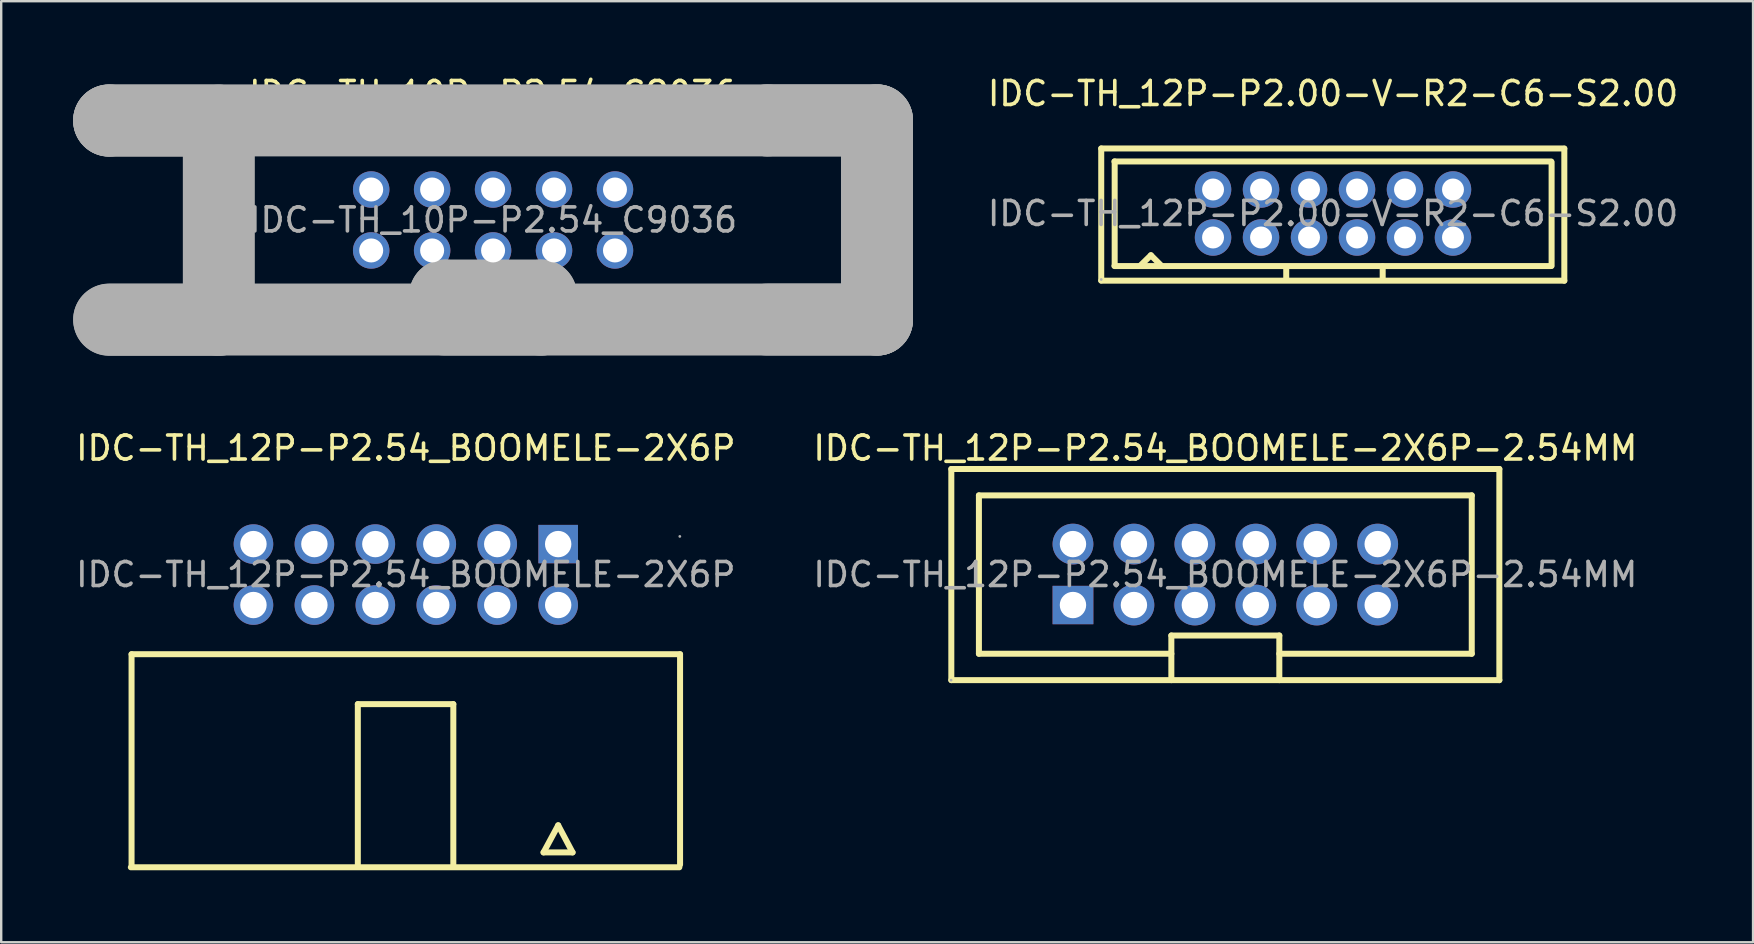
<source format=kicad_pcb>
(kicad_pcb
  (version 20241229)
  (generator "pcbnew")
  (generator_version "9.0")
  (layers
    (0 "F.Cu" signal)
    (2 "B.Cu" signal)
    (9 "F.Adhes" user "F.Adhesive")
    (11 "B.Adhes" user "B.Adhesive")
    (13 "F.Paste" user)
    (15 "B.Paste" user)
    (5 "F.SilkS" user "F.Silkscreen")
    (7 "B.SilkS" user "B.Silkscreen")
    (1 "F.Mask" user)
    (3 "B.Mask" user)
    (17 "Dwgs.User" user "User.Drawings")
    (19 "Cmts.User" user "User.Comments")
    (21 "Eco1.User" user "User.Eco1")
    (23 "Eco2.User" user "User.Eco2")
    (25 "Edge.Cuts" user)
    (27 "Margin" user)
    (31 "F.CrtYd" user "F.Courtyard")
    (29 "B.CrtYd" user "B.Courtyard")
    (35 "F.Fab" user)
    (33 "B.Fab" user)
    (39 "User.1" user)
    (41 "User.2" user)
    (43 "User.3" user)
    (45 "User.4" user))
  (footprint "IDC-TH_12P-P2.54_BOOMELE-2X6P-2.54MM"
    (layer "F.Cu")
    (at 48.018 20.896)
    (property "Reference" "IDC-TH_12P-P2.54_BOOMELE-2X6P-2.54MM" (at 0 -5.27 0) (layer "F.SilkS") (effects (font (size 1 1) (thickness 0.15))))
    (attr through_hole)
    (fp_line (start -11.42 -4.4) (end 11.42 -4.4) (stroke (width 0.25) (type solid)) (layer "F.SilkS"))
    (fp_line (start -11.42 4.4) (end -11.42 -4.4) (stroke (width 0.25) (type solid)) (layer "F.SilkS"))
    (fp_line (start -11.42 4.4) (end 11.42 4.4) (stroke (width 0.25) (type solid)) (layer "F.SilkS"))
    (fp_line (start -10.27 -3.3) (end 10.27 -3.3) (stroke (width 0.25) (type solid)) (layer "F.SilkS"))
    (fp_line (start -10.27 3.3) (end -10.27 -3.3) (stroke (width 0.25) (type solid)) (layer "F.SilkS"))
    (fp_line (start -10.27 3.3) (end -2.25 3.3) (stroke (width 0.25) (type solid)) (layer "F.SilkS"))
    (fp_line (start -2.25 2.54) (end -2.25 4.4) (stroke (width 0.25) (type solid)) (layer "F.SilkS"))
    (fp_line (start -2.25 2.54) (end 2.25 2.54) (stroke (width 0.25) (type solid)) (layer "F.SilkS"))
    (fp_line (start 2.25 2.54) (end 2.25 4.4) (stroke (width 0.25) (type solid)) (layer "F.SilkS"))
    (fp_line (start 2.25 3.3) (end 10.27 3.3) (stroke (width 0.25) (type solid)) (layer "F.SilkS"))
    (fp_line (start 10.27 -3.3) (end 10.27 3.3) (stroke (width 0.25) (type solid)) (layer "F.SilkS"))
    (fp_line (start 11.42 -4.4) (end 11.42 4.4) (stroke (width 0.25) (type solid)) (layer "F.SilkS"))
    (fp_circle (center -11.43 4.4) (end -11.4 4.4) (stroke (width 0.06) (type solid)) (fill no) (layer "F.Fab"))
    (fp_text user "${REFERENCE}" (at 0 0 0) (layer "F.Fab") (effects (font (size 1 1) (thickness 0.15))))
    (pad "1" thru_hole rect (at -6.35 1.27) (size 1.7 1.6) (drill 1.1) (layers "*.Cu" "*.Paste" "*.Mask"))
    (pad "2" thru_hole circle (at -6.35 -1.27) (size 1.7 1.7) (drill 1.1) (layers "*.Cu" "*.Paste" "*.Mask"))
    (pad "3" thru_hole circle (at -3.81 1.27) (size 1.7 1.7) (drill 1.1) (layers "*.Cu" "*.Paste" "*.Mask"))
    (pad "4" thru_hole circle (at -3.81 -1.27) (size 1.7 1.7) (drill 1.1) (layers "*.Cu" "*.Paste" "*.Mask"))
    (pad "5" thru_hole circle (at -1.27 1.27) (size 1.7 1.7) (drill 1.1) (layers "*.Cu" "*.Paste" "*.Mask"))
    (pad "6" thru_hole circle (at -1.27 -1.27) (size 1.7 1.7) (drill 1.1) (layers "*.Cu" "*.Paste" "*.Mask"))
    (pad "7" thru_hole circle (at 1.27 1.27) (size 1.7 1.7) (drill 1.1) (layers "*.Cu" "*.Paste" "*.Mask"))
    (pad "8" thru_hole circle (at 1.27 -1.27) (size 1.7 1.7) (drill 1.1) (layers "*.Cu" "*.Paste" "*.Mask"))
    (pad "9" thru_hole circle (at 3.81 1.27) (size 1.7 1.7) (drill 1.1) (layers "*.Cu" "*.Paste" "*.Mask"))
    (pad "10" thru_hole circle (at 3.81 -1.27) (size 1.7 1.7) (drill 1.1) (layers "*.Cu" "*.Paste" "*.Mask"))
    (pad "11" thru_hole circle (at 6.35 1.27) (size 1.7 1.7) (drill 1.1) (layers "*.Cu" "*.Paste" "*.Mask"))
    (pad "12" thru_hole circle (at 6.35 -1.27) (size 1.7 1.7) (drill 1.1) (layers "*.Cu" "*.Paste" "*.Mask")))
  (footprint "IDC-TH_12P-P2.00-V-R2-C6-S2.00"
    (layer "F.Cu")
    (at 52.506 5.848)
    (property "Reference" "IDC-TH_12P-P2.00-V-R2-C6-S2.00" (at 0 -5 0) (layer "F.SilkS") (effects (font (size 1 1) (thickness 0.15))))
    (attr through_hole)
    (fp_line (start -9.66 -2.71) (end -9.66 2.79) (stroke (width 0.25) (type solid)) (layer "F.SilkS"))
    (fp_line (start -9.66 -2.71) (end 9.64 -2.71) (stroke (width 0.25) (type solid)) (layer "F.SilkS"))
    (fp_line (start -9.11 -2.17) (end 9.09 -2.17) (stroke (width 0.25) (type solid)) (layer "F.SilkS"))
    (fp_line (start -9.1 -2.17) (end -9.1 2.17) (stroke (width 0.25) (type solid)) (layer "F.SilkS"))
    (fp_line (start -8 2.14) (end -7.59 1.74) (stroke (width 0.25) (type solid)) (layer "F.SilkS"))
    (fp_line (start -7.59 1.74) (end -7.16 2.17) (stroke (width 0.25) (type solid)) (layer "F.SilkS"))
    (fp_line (start -1.95 2.26) (end -1.95 2.77) (stroke (width 0.25) (type solid)) (layer "F.SilkS"))
    (fp_line (start 2.07 2.2) (end 2.07 2.74) (stroke (width 0.25) (type solid)) (layer "F.SilkS"))
    (fp_line (start 9.09 2.19) (end -9.11 2.19) (stroke (width 0.25) (type solid)) (layer "F.SilkS"))
    (fp_line (start 9.11 -2.14) (end 9.11 2.18) (stroke (width 0.25) (type solid)) (layer "F.SilkS"))
    (fp_line (start 9.64 -2.7) (end 9.64 2.8) (stroke (width 0.25) (type solid)) (layer "F.SilkS"))
    (fp_line (start 9.64 2.8) (end -9.66 2.8) (stroke (width 0.25) (type solid)) (layer "F.SilkS"))
    (fp_circle (center -9.66 2.75) (end -9.63 2.75) (stroke (width 0.06) (type solid)) (fill no) (layer "F.Fab"))
    (fp_text user "${REFERENCE}" (at 0 0 0) (layer "F.Fab") (effects (font (size 1 1) (thickness 0.15))))
    (pad "1" thru_hole circle (at -5 1) (size 1.52 1.52) (drill 0.914) (layers "*.Cu" "*.Paste" "*.Mask"))
    (pad "2" thru_hole circle (at -5 -1) (size 1.52 1.52) (drill 0.914) (layers "*.Cu" "*.Paste" "*.Mask"))
    (pad "3" thru_hole circle (at -3 1) (size 1.52 1.52) (drill 0.914) (layers "*.Cu" "*.Paste" "*.Mask"))
    (pad "4" thru_hole circle (at -3 -1) (size 1.52 1.52) (drill 0.914) (layers "*.Cu" "*.Paste" "*.Mask"))
    (pad "5" thru_hole circle (at -1 1) (size 1.52 1.52) (drill 0.914) (layers "*.Cu" "*.Paste" "*.Mask"))
    (pad "6" thru_hole circle (at -1 -1) (size 1.52 1.52) (drill 0.914) (layers "*.Cu" "*.Paste" "*.Mask"))
    (pad "7" thru_hole circle (at 1 1) (size 1.52 1.52) (drill 0.914) (layers "*.Cu" "*.Paste" "*.Mask"))
    (pad "8" thru_hole circle (at 1 -1) (size 1.52 1.52) (drill 0.914) (layers "*.Cu" "*.Paste" "*.Mask"))
    (pad "9" thru_hole circle (at 3 1) (size 1.52 1.52) (drill 0.914) (layers "*.Cu" "*.Paste" "*.Mask"))
    (pad "10" thru_hole circle (at 3 -1) (size 1.52 1.52) (drill 0.914) (layers "*.Cu" "*.Paste" "*.Mask"))
    (pad "11" thru_hole circle (at 5 1) (size 1.52 1.52) (drill 0.914) (layers "*.Cu" "*.Paste" "*.Mask"))
    (pad "12" thru_hole circle (at 5 -1) (size 1.52 1.52) (drill 0.914) (layers "*.Cu" "*.Paste" "*.Mask")))
  (footprint "IDC-TH_10P-P2.54_C9036"
    (layer "F.Cu")
    (at 17.5 6.118)
    (property "Reference" "IDC-TH_10P-P2.54_C9036" (at 0 -5.27 0) (layer "F.SilkS") (effects (font (size 1 1) (thickness 0.15))))
    (attr through_hole)
    (fp_line (start -16 -4.15) (end -16 -4.15) (stroke (width 3) (type solid)) (layer "F.Fab"))
    (fp_line (start -16 -4.15) (end 16 -4.15) (stroke (width 3) (type solid)) (layer "F.Fab"))
    (fp_line (start -16 -4.14) (end -16 -4.14) (stroke (width 3) (type solid)) (layer "F.Fab"))
    (fp_line (start -16 -4.14) (end -11.43 -4.14) (stroke (width 3) (type solid)) (layer "F.Fab"))
    (fp_line (start -11.43 -4.14) (end -11.43 4.16) (stroke (width 3) (type solid)) (layer "F.Fab"))
    (fp_line (start -11.43 4.16) (end -16 4.16) (stroke (width 3) (type solid)) (layer "F.Fab"))
    (fp_line (start -2 3.15) (end -2 3.15) (stroke (width 3) (type solid)) (layer "F.Fab"))
    (fp_line (start -2 3.15) (end 2 3.15) (stroke (width 3) (type solid)) (layer "F.Fab"))
    (fp_line (start 2 3.15) (end 2 4.15) (stroke (width 3) (type solid)) (layer "F.Fab"))
    (fp_line (start 2 4.15) (end -2 4.15) (stroke (width 3) (type solid)) (layer "F.Fab"))
    (fp_line (start 11.43 -4.15) (end 11.43 -4.15) (stroke (width 3) (type solid)) (layer "F.Fab"))
    (fp_line (start 11.43 -4.15) (end 16 -4.15) (stroke (width 3) (type solid)) (layer "F.Fab"))
    (fp_line (start 16 -4.15) (end 16 4.15) (stroke (width 3) (type solid)) (layer "F.Fab"))
    (fp_line (start 16 -4.15) (end 16 4.15) (stroke (width 3) (type solid)) (layer "F.Fab"))
    (fp_line (start 16 4.15) (end -16 4.15) (stroke (width 3) (type solid)) (layer "F.Fab"))
    (fp_line (start 16 4.15) (end 11.43 4.15) (stroke (width 3) (type solid)) (layer "F.Fab"))
    (fp_circle (center -16.13 4.29) (end -16.1 4.29) (stroke (width 0.06) (type solid)) (fill no) (layer "F.Fab"))
    (fp_circle (center -5.08 -1.27) (end -4.88 -1.27) (stroke (width 0.4) (type solid)) (fill no) (layer "F.Fab"))
    (fp_circle (center -5.08 1.27) (end -4.88 1.27) (stroke (width 0.4) (type solid)) (fill no) (layer "F.Fab"))
    (fp_circle (center -2.54 -1.27) (end -2.34 -1.27) (stroke (width 0.4) (type solid)) (fill no) (layer "F.Fab"))
    (fp_circle (center -2.54 1.27) (end -2.34 1.27) (stroke (width 0.4) (type solid)) (fill no) (layer "F.Fab"))
    (fp_circle (center 0 -1.27) (end 0.2 -1.27) (stroke (width 0.4) (type solid)) (fill no) (layer "F.Fab"))
    (fp_circle (center 0 1.27) (end 0.2 1.27) (stroke (width 0.4) (type solid)) (fill no) (layer "F.Fab"))
    (fp_circle (center 2.54 -1.27) (end 2.74 -1.27) (stroke (width 0.4) (type solid)) (fill no) (layer "F.Fab"))
    (fp_circle (center 2.54 1.27) (end 2.74 1.27) (stroke (width 0.4) (type solid)) (fill no) (layer "F.Fab"))
    (fp_circle (center 5.08 -1.27) (end 5.28 -1.27) (stroke (width 0.4) (type solid)) (fill no) (layer "F.Fab"))
    (fp_circle (center 5.08 1.27) (end 5.28 1.27) (stroke (width 0.4) (type solid)) (fill no) (layer "F.Fab"))
    (fp_text user "${REFERENCE}" (at 0 0 0) (layer "F.Fab") (effects (font (size 1 1) (thickness 0.15))))
    (pad "1" thru_hole circle (at -5.08 1.27) (size 1.52 1.52) (drill 1) (layers "*.Cu" "*.Paste" "*.Mask"))
    (pad "2" thru_hole circle (at -5.08 -1.27) (size 1.52 1.52) (drill 1) (layers "*.Cu" "*.Paste" "*.Mask"))
    (pad "3" thru_hole circle (at -2.54 1.27) (size 1.52 1.52) (drill 1) (layers "*.Cu" "*.Paste" "*.Mask"))
    (pad "4" thru_hole circle (at -2.54 -1.27) (size 1.52 1.52) (drill 1) (layers "*.Cu" "*.Paste" "*.Mask"))
    (pad "5" thru_hole circle (at 0 1.27) (size 1.52 1.52) (drill 1) (layers "*.Cu" "*.Paste" "*.Mask"))
    (pad "6" thru_hole circle (at 0 -1.27) (size 1.52 1.52) (drill 1) (layers "*.Cu" "*.Paste" "*.Mask"))
    (pad "7" thru_hole circle (at 2.54 1.27) (size 1.52 1.52) (drill 1) (layers "*.Cu" "*.Paste" "*.Mask"))
    (pad "8" thru_hole circle (at 2.54 -1.27) (size 1.52 1.52) (drill 1) (layers "*.Cu" "*.Paste" "*.Mask"))
    (pad "9" thru_hole circle (at 5.08 1.27) (size 1.52 1.52) (drill 1) (layers "*.Cu" "*.Paste" "*.Mask"))
    (pad "10" thru_hole circle (at 5.08 -1.27) (size 1.52 1.52) (drill 1) (layers "*.Cu" "*.Paste" "*.Mask")))
  (footprint "IDC-TH_12P-P2.54_BOOMELE-2X6P"
    (layer "F.Cu")
    (at 13.863 20.896)
    (property "Reference" "IDC-TH_12P-P2.54_BOOMELE-2X6P" (at 0 -5.27 0) (layer "F.SilkS") (effects (font (size 1 1) (thickness 0.15))))
    (attr through_hole)
    (fp_line (start -11.43 12.09) (end -11.43 3.32) (stroke (width 0.25) (type solid)) (layer "F.SilkS"))
    (fp_line (start -2 12.09) (end -2 5.4) (stroke (width 0.25) (type solid)) (layer "F.SilkS"))
    (fp_line (start 1.98 5.4) (end -2 5.4) (stroke (width 0.25) (type solid)) (layer "F.SilkS"))
    (fp_line (start 1.98 12.09) (end 1.98 5.4) (stroke (width 0.25) (type solid)) (layer "F.SilkS"))
    (fp_line (start 5.74 11.58) (end 6.95 11.58) (stroke (width 0.25) (type solid)) (layer "F.SilkS"))
    (fp_line (start 6.35 10.45) (end 5.74 11.58) (stroke (width 0.25) (type solid)) (layer "F.SilkS"))
    (fp_line (start 6.95 11.58) (end 6.35 10.45) (stroke (width 0.25) (type solid)) (layer "F.SilkS"))
    (fp_line (start 11.4 12.2) (end -11.46 12.2) (stroke (width 0.25) (type solid)) (layer "F.SilkS"))
    (fp_line (start 11.43 3.32) (end -11.43 3.32) (stroke (width 0.25) (type solid)) (layer "F.SilkS"))
    (fp_line (start 11.43 12.09) (end 11.43 3.32) (stroke (width 0.25) (type solid)) (layer "F.SilkS"))
    (fp_circle (center 11.42 -1.59) (end 11.45 -1.59) (stroke (width 0.06) (type solid)) (fill no) (layer "F.Fab"))
    (fp_text user "${REFERENCE}" (at 0 0 0) (layer "F.Fab") (effects (font (size 1 1) (thickness 0.15))))
    (pad "1" thru_hole rect (at 6.35 -1.27 270) (size 1.6 1.65) (drill 1.1) (layers "*.Cu" "*.Paste" "*.Mask"))
    (pad "2" thru_hole circle (at 6.35 1.27 180) (size 1.65 1.65) (drill 1.1) (layers "*.Cu" "*.Paste" "*.Mask"))
    (pad "3" thru_hole circle (at 3.81 -1.27 180) (size 1.65 1.65) (drill 1.1) (layers "*.Cu" "*.Paste" "*.Mask"))
    (pad "4" thru_hole circle (at 3.81 1.27 180) (size 1.65 1.65) (drill 1.1) (layers "*.Cu" "*.Paste" "*.Mask"))
    (pad "5" thru_hole circle (at 1.27 -1.27 180) (size 1.65 1.65) (drill 1.1) (layers "*.Cu" "*.Paste" "*.Mask"))
    (pad "6" thru_hole circle (at 1.27 1.27 180) (size 1.65 1.65) (drill 1.1) (layers "*.Cu" "*.Paste" "*.Mask"))
    (pad "7" thru_hole circle (at -1.27 -1.27 180) (size 1.65 1.65) (drill 1.1) (layers "*.Cu" "*.Paste" "*.Mask"))
    (pad "8" thru_hole circle (at -1.27 1.27 180) (size 1.65 1.65) (drill 1.1) (layers "*.Cu" "*.Paste" "*.Mask"))
    (pad "9" thru_hole circle (at -3.81 -1.27 180) (size 1.65 1.65) (drill 1.1) (layers "*.Cu" "*.Paste" "*.Mask"))
    (pad "10" thru_hole circle (at -3.81 1.27 180) (size 1.65 1.65) (drill 1.1) (layers "*.Cu" "*.Paste" "*.Mask"))
    (pad "11" thru_hole circle (at -6.35 -1.27 180) (size 1.65 1.65) (drill 1.1) (layers "*.Cu" "*.Paste" "*.Mask"))
    (pad "12" thru_hole circle (at -6.35 1.27 180) (size 1.65 1.65) (drill 1.1) (layers "*.Cu" "*.Paste" "*.Mask")))
  (gr_rect
    (start -3 -3)
    (end 70.012 36.221)
    (stroke (width 0.1) (type default))
    (fill no)
    (layer "Edge.Cuts")))
</source>
